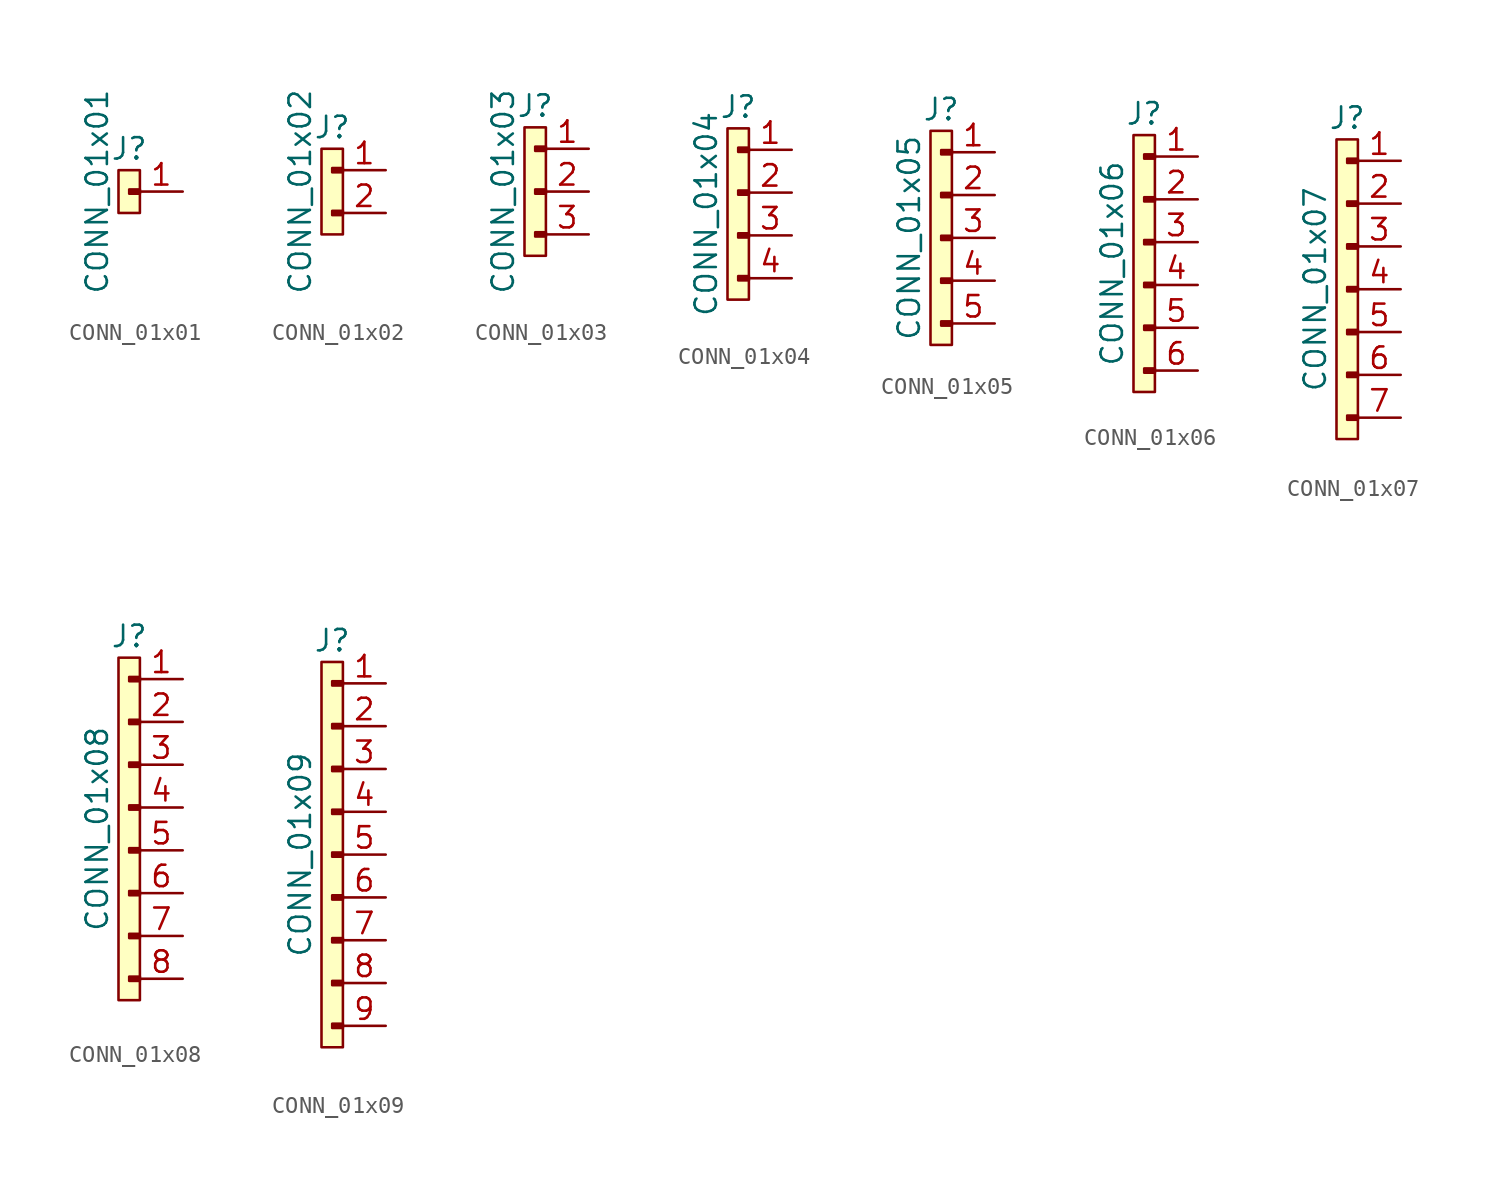
<source format=kicad_sym>
(kicad_symbol_lib
  (version 20211014)
  (generator agg_kicad.build_lib_connector)
  (symbol "CONN_01x01"
    (pin_names hide)
    (property Reference J
      (at -0.635 2.54 0)
      (effects (font (size 1.27 1.27))))
    (property Value "CONN_01x01"
      (at -2.54 0 90)
      (effects (font (size 1.27 1.27))))
    (rectangle
      (start 0 -1.27)
      (end -1.27 1.27)
      (stroke (width 0) (type default) (color 0 0 0 0))
      (fill (type background)))
    (rectangle
      (start 0 0.127)
      (end -0.635 -0.127)
      (stroke (width 0) (type default) (color 0 0 0 0))
      (fill (type outline)))
    (pin passive line
      (at 2.54 0 180)
      (length 2.54)
      (name "1" (effects (font (size 1.27 1.27))))
      (number "1" (effects (font (size 1.27 1.27))))))
  (symbol "CONN_01x02"
    (pin_names hide)
    (property Reference J
      (at -0.635 2.54 0)
      (effects (font (size 1.27 1.27))))
    (property Value "CONN_01x02"
      (at -2.54 -1.27 90)
      (effects (font (size 1.27 1.27))))
    (rectangle
      (start 0 -3.81)
      (end -1.27 1.27)
      (stroke (width 0) (type default) (color 0 0 0 0))
      (fill (type background)))
    (rectangle
      (start 0 0.127)
      (end -0.635 -0.127)
      (stroke (width 0) (type default) (color 0 0 0 0))
      (fill (type outline)))
    (rectangle
      (start 0 -2.413)
      (end -0.635 -2.667)
      (stroke (width 0) (type default) (color 0 0 0 0))
      (fill (type outline)))
    (pin passive line
      (at 2.54 0 180)
      (length 2.54)
      (name "1" (effects (font (size 1.27 1.27))))
      (number "1" (effects (font (size 1.27 1.27)))))
    (pin passive line
      (at 2.54 -2.54 180)
      (length 2.54)
      (name "2" (effects (font (size 1.27 1.27))))
      (number "2" (effects (font (size 1.27 1.27))))))
  (symbol "CONN_01x03"
    (pin_names hide)
    (property Reference J
      (at -0.635 2.54 0)
      (effects (font (size 1.27 1.27))))
    (property Value "CONN_01x03"
      (at -2.54 -2.54 90)
      (effects (font (size 1.27 1.27))))
    (rectangle
      (start 0 -6.35)
      (end -1.27 1.27)
      (stroke (width 0) (type default) (color 0 0 0 0))
      (fill (type background)))
    (rectangle
      (start 0 0.127)
      (end -0.635 -0.127)
      (stroke (width 0) (type default) (color 0 0 0 0))
      (fill (type outline)))
    (rectangle
      (start 0 -2.413)
      (end -0.635 -2.667)
      (stroke (width 0) (type default) (color 0 0 0 0))
      (fill (type outline)))
    (rectangle
      (start 0 -4.953)
      (end -0.635 -5.207)
      (stroke (width 0) (type default) (color 0 0 0 0))
      (fill (type outline)))
    (pin passive line
      (at 2.54 0 180)
      (length 2.54)
      (name "1" (effects (font (size 1.27 1.27))))
      (number "1" (effects (font (size 1.27 1.27)))))
    (pin passive line
      (at 2.54 -2.54 180)
      (length 2.54)
      (name "2" (effects (font (size 1.27 1.27))))
      (number "2" (effects (font (size 1.27 1.27)))))
    (pin passive line
      (at 2.54 -5.08 180)
      (length 2.54)
      (name "3" (effects (font (size 1.27 1.27))))
      (number "3" (effects (font (size 1.27 1.27))))))
  (symbol "CONN_01x04"
    (pin_names hide)
    (property Reference J
      (at -0.635 2.54 0)
      (effects (font (size 1.27 1.27))))
    (property Value "CONN_01x04"
      (at -2.54 -3.81 90)
      (effects (font (size 1.27 1.27))))
    (rectangle
      (start 0 -8.89)
      (end -1.27 1.27)
      (stroke (width 0) (type default) (color 0 0 0 0))
      (fill (type background)))
    (rectangle
      (start 0 0.127)
      (end -0.635 -0.127)
      (stroke (width 0) (type default) (color 0 0 0 0))
      (fill (type outline)))
    (rectangle
      (start 0 -2.413)
      (end -0.635 -2.667)
      (stroke (width 0) (type default) (color 0 0 0 0))
      (fill (type outline)))
    (rectangle
      (start 0 -4.953)
      (end -0.635 -5.207)
      (stroke (width 0) (type default) (color 0 0 0 0))
      (fill (type outline)))
    (rectangle
      (start 0 -7.493)
      (end -0.635 -7.747)
      (stroke (width 0) (type default) (color 0 0 0 0))
      (fill (type outline)))
    (pin passive line
      (at 2.54 0 180)
      (length 2.54)
      (name "1" (effects (font (size 1.27 1.27))))
      (number "1" (effects (font (size 1.27 1.27)))))
    (pin passive line
      (at 2.54 -2.54 180)
      (length 2.54)
      (name "2" (effects (font (size 1.27 1.27))))
      (number "2" (effects (font (size 1.27 1.27)))))
    (pin passive line
      (at 2.54 -5.08 180)
      (length 2.54)
      (name "3" (effects (font (size 1.27 1.27))))
      (number "3" (effects (font (size 1.27 1.27)))))
    (pin passive line
      (at 2.54 -7.62 180)
      (length 2.54)
      (name "4" (effects (font (size 1.27 1.27))))
      (number "4" (effects (font (size 1.27 1.27))))))
  (symbol "CONN_01x05"
    (pin_names hide)
    (property Reference J
      (at -0.635 2.54 0)
      (effects (font (size 1.27 1.27))))
    (property Value "CONN_01x05"
      (at -2.54 -5.08 90)
      (effects (font (size 1.27 1.27))))
    (rectangle
      (start 0 -11.43)
      (end -1.27 1.27)
      (stroke (width 0) (type default) (color 0 0 0 0))
      (fill (type background)))
    (rectangle
      (start 0 0.127)
      (end -0.635 -0.127)
      (stroke (width 0) (type default) (color 0 0 0 0))
      (fill (type outline)))
    (rectangle
      (start 0 -2.413)
      (end -0.635 -2.667)
      (stroke (width 0) (type default) (color 0 0 0 0))
      (fill (type outline)))
    (rectangle
      (start 0 -4.953)
      (end -0.635 -5.207)
      (stroke (width 0) (type default) (color 0 0 0 0))
      (fill (type outline)))
    (rectangle
      (start 0 -7.493)
      (end -0.635 -7.747)
      (stroke (width 0) (type default) (color 0 0 0 0))
      (fill (type outline)))
    (rectangle
      (start 0 -10.033)
      (end -0.635 -10.287)
      (stroke (width 0) (type default) (color 0 0 0 0))
      (fill (type outline)))
    (pin passive line
      (at 2.54 0 180)
      (length 2.54)
      (name "1" (effects (font (size 1.27 1.27))))
      (number "1" (effects (font (size 1.27 1.27)))))
    (pin passive line
      (at 2.54 -2.54 180)
      (length 2.54)
      (name "2" (effects (font (size 1.27 1.27))))
      (number "2" (effects (font (size 1.27 1.27)))))
    (pin passive line
      (at 2.54 -5.08 180)
      (length 2.54)
      (name "3" (effects (font (size 1.27 1.27))))
      (number "3" (effects (font (size 1.27 1.27)))))
    (pin passive line
      (at 2.54 -7.62 180)
      (length 2.54)
      (name "4" (effects (font (size 1.27 1.27))))
      (number "4" (effects (font (size 1.27 1.27)))))
    (pin passive line
      (at 2.54 -10.16 180)
      (length 2.54)
      (name "5" (effects (font (size 1.27 1.27))))
      (number "5" (effects (font (size 1.27 1.27))))))
  (symbol "CONN_01x06"
    (pin_names hide)
    (property Reference J
      (at -0.635 2.54 0)
      (effects (font (size 1.27 1.27))))
    (property Value "CONN_01x06"
      (at -2.54 -6.35 90)
      (effects (font (size 1.27 1.27))))
    (rectangle
      (start 0 -13.97)
      (end -1.27 1.27)
      (stroke (width 0) (type default) (color 0 0 0 0))
      (fill (type background)))
    (rectangle
      (start 0 0.127)
      (end -0.635 -0.127)
      (stroke (width 0) (type default) (color 0 0 0 0))
      (fill (type outline)))
    (rectangle
      (start 0 -2.413)
      (end -0.635 -2.667)
      (stroke (width 0) (type default) (color 0 0 0 0))
      (fill (type outline)))
    (rectangle
      (start 0 -4.953)
      (end -0.635 -5.207)
      (stroke (width 0) (type default) (color 0 0 0 0))
      (fill (type outline)))
    (rectangle
      (start 0 -7.493)
      (end -0.635 -7.747)
      (stroke (width 0) (type default) (color 0 0 0 0))
      (fill (type outline)))
    (rectangle
      (start 0 -10.033)
      (end -0.635 -10.287)
      (stroke (width 0) (type default) (color 0 0 0 0))
      (fill (type outline)))
    (rectangle
      (start 0 -12.573)
      (end -0.635 -12.827)
      (stroke (width 0) (type default) (color 0 0 0 0))
      (fill (type outline)))
    (pin passive line
      (at 2.54 0 180)
      (length 2.54)
      (name "1" (effects (font (size 1.27 1.27))))
      (number "1" (effects (font (size 1.27 1.27)))))
    (pin passive line
      (at 2.54 -2.54 180)
      (length 2.54)
      (name "2" (effects (font (size 1.27 1.27))))
      (number "2" (effects (font (size 1.27 1.27)))))
    (pin passive line
      (at 2.54 -5.08 180)
      (length 2.54)
      (name "3" (effects (font (size 1.27 1.27))))
      (number "3" (effects (font (size 1.27 1.27)))))
    (pin passive line
      (at 2.54 -7.62 180)
      (length 2.54)
      (name "4" (effects (font (size 1.27 1.27))))
      (number "4" (effects (font (size 1.27 1.27)))))
    (pin passive line
      (at 2.54 -10.16 180)
      (length 2.54)
      (name "5" (effects (font (size 1.27 1.27))))
      (number "5" (effects (font (size 1.27 1.27)))))
    (pin passive line
      (at 2.54 -12.7 180)
      (length 2.54)
      (name "6" (effects (font (size 1.27 1.27))))
      (number "6" (effects (font (size 1.27 1.27))))))
  (symbol "CONN_01x07"
    (pin_names hide)
    (property Reference J
      (at -0.635 2.54 0)
      (effects (font (size 1.27 1.27))))
    (property Value "CONN_01x07"
      (at -2.54 -7.62 90)
      (effects (font (size 1.27 1.27))))
    (rectangle
      (start 0 -16.51)
      (end -1.27 1.27)
      (stroke (width 0) (type default) (color 0 0 0 0))
      (fill (type background)))
    (rectangle
      (start 0 0.127)
      (end -0.635 -0.127)
      (stroke (width 0) (type default) (color 0 0 0 0))
      (fill (type outline)))
    (rectangle
      (start 0 -2.413)
      (end -0.635 -2.667)
      (stroke (width 0) (type default) (color 0 0 0 0))
      (fill (type outline)))
    (rectangle
      (start 0 -4.953)
      (end -0.635 -5.207)
      (stroke (width 0) (type default) (color 0 0 0 0))
      (fill (type outline)))
    (rectangle
      (start 0 -7.493)
      (end -0.635 -7.747)
      (stroke (width 0) (type default) (color 0 0 0 0))
      (fill (type outline)))
    (rectangle
      (start 0 -10.033)
      (end -0.635 -10.287)
      (stroke (width 0) (type default) (color 0 0 0 0))
      (fill (type outline)))
    (rectangle
      (start 0 -12.573)
      (end -0.635 -12.827)
      (stroke (width 0) (type default) (color 0 0 0 0))
      (fill (type outline)))
    (rectangle
      (start 0 -15.113)
      (end -0.635 -15.367)
      (stroke (width 0) (type default) (color 0 0 0 0))
      (fill (type outline)))
    (pin passive line
      (at 2.54 0 180)
      (length 2.54)
      (name "1" (effects (font (size 1.27 1.27))))
      (number "1" (effects (font (size 1.27 1.27)))))
    (pin passive line
      (at 2.54 -2.54 180)
      (length 2.54)
      (name "2" (effects (font (size 1.27 1.27))))
      (number "2" (effects (font (size 1.27 1.27)))))
    (pin passive line
      (at 2.54 -5.08 180)
      (length 2.54)
      (name "3" (effects (font (size 1.27 1.27))))
      (number "3" (effects (font (size 1.27 1.27)))))
    (pin passive line
      (at 2.54 -7.62 180)
      (length 2.54)
      (name "4" (effects (font (size 1.27 1.27))))
      (number "4" (effects (font (size 1.27 1.27)))))
    (pin passive line
      (at 2.54 -10.16 180)
      (length 2.54)
      (name "5" (effects (font (size 1.27 1.27))))
      (number "5" (effects (font (size 1.27 1.27)))))
    (pin passive line
      (at 2.54 -12.7 180)
      (length 2.54)
      (name "6" (effects (font (size 1.27 1.27))))
      (number "6" (effects (font (size 1.27 1.27)))))
    (pin passive line
      (at 2.54 -15.24 180)
      (length 2.54)
      (name "7" (effects (font (size 1.27 1.27))))
      (number "7" (effects (font (size 1.27 1.27))))))
  (symbol "CONN_01x08"
    (pin_names hide)
    (property Reference J
      (at -0.635 2.54 0)
      (effects (font (size 1.27 1.27))))
    (property Value "CONN_01x08"
      (at -2.54 -8.89 90)
      (effects (font (size 1.27 1.27))))
    (rectangle
      (start 0 -19.05)
      (end -1.27 1.27)
      (stroke (width 0) (type default) (color 0 0 0 0))
      (fill (type background)))
    (rectangle
      (start 0 0.127)
      (end -0.635 -0.127)
      (stroke (width 0) (type default) (color 0 0 0 0))
      (fill (type outline)))
    (rectangle
      (start 0 -2.413)
      (end -0.635 -2.667)
      (stroke (width 0) (type default) (color 0 0 0 0))
      (fill (type outline)))
    (rectangle
      (start 0 -4.953)
      (end -0.635 -5.207)
      (stroke (width 0) (type default) (color 0 0 0 0))
      (fill (type outline)))
    (rectangle
      (start 0 -7.493)
      (end -0.635 -7.747)
      (stroke (width 0) (type default) (color 0 0 0 0))
      (fill (type outline)))
    (rectangle
      (start 0 -10.033)
      (end -0.635 -10.287)
      (stroke (width 0) (type default) (color 0 0 0 0))
      (fill (type outline)))
    (rectangle
      (start 0 -12.573)
      (end -0.635 -12.827)
      (stroke (width 0) (type default) (color 0 0 0 0))
      (fill (type outline)))
    (rectangle
      (start 0 -15.113)
      (end -0.635 -15.367)
      (stroke (width 0) (type default) (color 0 0 0 0))
      (fill (type outline)))
    (rectangle
      (start 0 -17.653)
      (end -0.635 -17.907)
      (stroke (width 0) (type default) (color 0 0 0 0))
      (fill (type outline)))
    (pin passive line
      (at 2.54 0 180)
      (length 2.54)
      (name "1" (effects (font (size 1.27 1.27))))
      (number "1" (effects (font (size 1.27 1.27)))))
    (pin passive line
      (at 2.54 -2.54 180)
      (length 2.54)
      (name "2" (effects (font (size 1.27 1.27))))
      (number "2" (effects (font (size 1.27 1.27)))))
    (pin passive line
      (at 2.54 -5.08 180)
      (length 2.54)
      (name "3" (effects (font (size 1.27 1.27))))
      (number "3" (effects (font (size 1.27 1.27)))))
    (pin passive line
      (at 2.54 -7.62 180)
      (length 2.54)
      (name "4" (effects (font (size 1.27 1.27))))
      (number "4" (effects (font (size 1.27 1.27)))))
    (pin passive line
      (at 2.54 -10.16 180)
      (length 2.54)
      (name "5" (effects (font (size 1.27 1.27))))
      (number "5" (effects (font (size 1.27 1.27)))))
    (pin passive line
      (at 2.54 -12.7 180)
      (length 2.54)
      (name "6" (effects (font (size 1.27 1.27))))
      (number "6" (effects (font (size 1.27 1.27)))))
    (pin passive line
      (at 2.54 -15.24 180)
      (length 2.54)
      (name "7" (effects (font (size 1.27 1.27))))
      (number "7" (effects (font (size 1.27 1.27)))))
    (pin passive line
      (at 2.54 -17.78 180)
      (length 2.54)
      (name "8" (effects (font (size 1.27 1.27))))
      (number "8" (effects (font (size 1.27 1.27))))))
  (symbol "CONN_01x09"
    (pin_names hide)
    (property Reference J
      (at -0.635 2.54 0)
      (effects (font (size 1.27 1.27))))
    (property Value "CONN_01x09"
      (at -2.54 -10.16 90)
      (effects (font (size 1.27 1.27))))
    (rectangle
      (start 0 -21.59)
      (end -1.27 1.27)
      (stroke (width 0) (type default) (color 0 0 0 0))
      (fill (type background)))
    (rectangle
      (start 0 0.127)
      (end -0.635 -0.127)
      (stroke (width 0) (type default) (color 0 0 0 0))
      (fill (type outline)))
    (rectangle
      (start 0 -2.413)
      (end -0.635 -2.667)
      (stroke (width 0) (type default) (color 0 0 0 0))
      (fill (type outline)))
    (rectangle
      (start 0 -4.953)
      (end -0.635 -5.207)
      (stroke (width 0) (type default) (color 0 0 0 0))
      (fill (type outline)))
    (rectangle
      (start 0 -7.493)
      (end -0.635 -7.747)
      (stroke (width 0) (type default) (color 0 0 0 0))
      (fill (type outline)))
    (rectangle
      (start 0 -10.033)
      (end -0.635 -10.287)
      (stroke (width 0) (type default) (color 0 0 0 0))
      (fill (type outline)))
    (rectangle
      (start 0 -12.573)
      (end -0.635 -12.827)
      (stroke (width 0) (type default) (color 0 0 0 0))
      (fill (type outline)))
    (rectangle
      (start 0 -15.113)
      (end -0.635 -15.367)
      (stroke (width 0) (type default) (color 0 0 0 0))
      (fill (type outline)))
    (rectangle
      (start 0 -17.653)
      (end -0.635 -17.907)
      (stroke (width 0) (type default) (color 0 0 0 0))
      (fill (type outline)))
    (rectangle
      (start 0 -20.193)
      (end -0.635 -20.447)
      (stroke (width 0) (type default) (color 0 0 0 0))
      (fill (type outline)))
    (pin passive line
      (at 2.54 0 180)
      (length 2.54)
      (name "1" (effects (font (size 1.27 1.27))))
      (number "1" (effects (font (size 1.27 1.27)))))
    (pin passive line
      (at 2.54 -2.54 180)
      (length 2.54)
      (name "2" (effects (font (size 1.27 1.27))))
      (number "2" (effects (font (size 1.27 1.27)))))
    (pin passive line
      (at 2.54 -5.08 180)
      (length 2.54)
      (name "3" (effects (font (size 1.27 1.27))))
      (number "3" (effects (font (size 1.27 1.27)))))
    (pin passive line
      (at 2.54 -7.62 180)
      (length 2.54)
      (name "4" (effects (font (size 1.27 1.27))))
      (number "4" (effects (font (size 1.27 1.27)))))
    (pin passive line
      (at 2.54 -10.16 180)
      (length 2.54)
      (name "5" (effects (font (size 1.27 1.27))))
      (number "5" (effects (font (size 1.27 1.27)))))
    (pin passive line
      (at 2.54 -12.7 180)
      (length 2.54)
      (name "6" (effects (font (size 1.27 1.27))))
      (number "6" (effects (font (size 1.27 1.27)))))
    (pin passive line
      (at 2.54 -15.24 180)
      (length 2.54)
      (name "7" (effects (font (size 1.27 1.27))))
      (number "7" (effects (font (size 1.27 1.27)))))
    (pin passive line
      (at 2.54 -17.78 180)
      (length 2.54)
      (name "8" (effects (font (size 1.27 1.27))))
      (number "8" (effects (font (size 1.27 1.27)))))
    (pin passive line
      (at 2.54 -20.32 180)
      (length 2.54)
      (name "9" (effects (font (size 1.27 1.27))))
      (number "9" (effects (font (size 1.27 1.27)))))))
</source>
